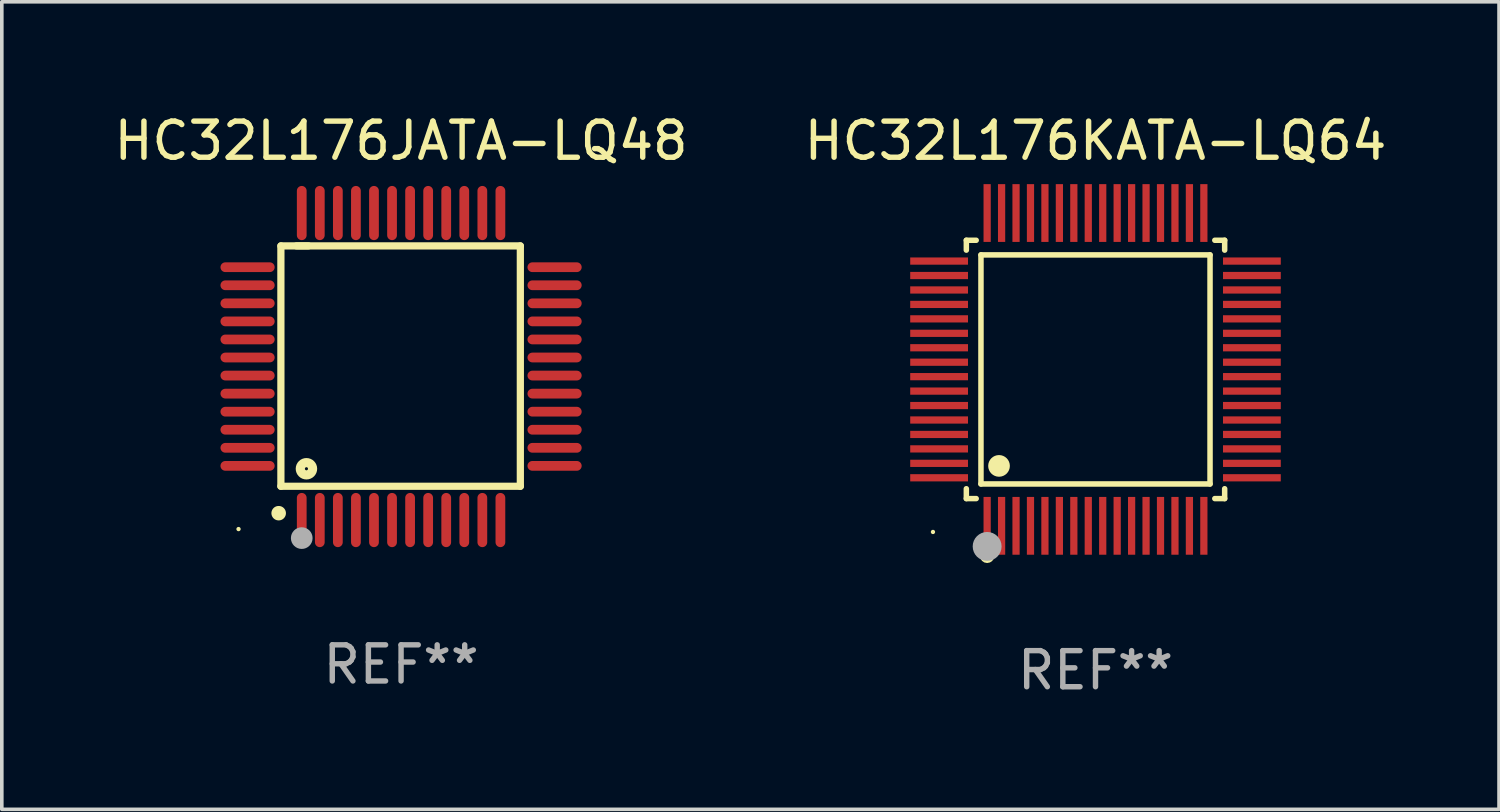
<source format=kicad_pcb>
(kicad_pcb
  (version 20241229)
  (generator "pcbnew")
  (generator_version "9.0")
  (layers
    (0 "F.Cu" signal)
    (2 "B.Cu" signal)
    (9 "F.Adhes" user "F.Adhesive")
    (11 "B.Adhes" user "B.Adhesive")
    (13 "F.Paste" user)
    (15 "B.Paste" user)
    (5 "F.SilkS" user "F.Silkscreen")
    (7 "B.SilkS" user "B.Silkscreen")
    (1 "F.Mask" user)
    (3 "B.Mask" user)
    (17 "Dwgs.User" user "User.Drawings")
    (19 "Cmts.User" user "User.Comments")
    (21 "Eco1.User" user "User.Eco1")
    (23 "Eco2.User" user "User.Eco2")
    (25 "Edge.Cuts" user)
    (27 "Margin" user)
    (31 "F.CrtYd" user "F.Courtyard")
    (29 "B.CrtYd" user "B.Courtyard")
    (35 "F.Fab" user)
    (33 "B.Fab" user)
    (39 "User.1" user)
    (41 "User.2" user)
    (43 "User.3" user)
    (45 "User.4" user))
  (footprint "HC32L176KATA-LQ64"
    (layer "F.Cu")
    (at 27.28 7.178)
    (property "Reference" "HC32L176KATA-LQ64" (at 0 -6.33 0) (layer "F.SilkS") (effects (font (size 1 1) (thickness 0.15))))
    (attr through_hole)
    (fp_line (start -3.576 -3.576) (end -3.303 -3.576) (stroke (width 0.152) (type solid)) (layer "F.SilkS"))
    (fp_line (start -3.576 -3.303) (end -3.576 -3.576) (stroke (width 0.152) (type solid)) (layer "F.SilkS"))
    (fp_line (start -3.576 3.303) (end -3.576 3.576) (stroke (width 0.152) (type solid)) (layer "F.SilkS"))
    (fp_line (start -3.576 3.576) (end -3.303 3.576) (stroke (width 0.152) (type solid)) (layer "F.SilkS"))
    (fp_line (start -3.171 -3.171) (end 3.171 -3.171) (stroke (width 0.152) (type solid)) (layer "F.SilkS"))
    (fp_line (start -3.171 3.171) (end -3.171 -3.171) (stroke (width 0.152) (type solid)) (layer "F.SilkS"))
    (fp_line (start 3.171 -3.171) (end 3.171 3.171) (stroke (width 0.152) (type solid)) (layer "F.SilkS"))
    (fp_line (start 3.171 3.171) (end -3.171 3.171) (stroke (width 0.152) (type solid)) (layer "F.SilkS"))
    (fp_line (start 3.576 -3.576) (end 3.303 -3.576) (stroke (width 0.152) (type solid)) (layer "F.SilkS"))
    (fp_line (start 3.576 -3.303) (end 3.576 -3.576) (stroke (width 0.152) (type solid)) (layer "F.SilkS"))
    (fp_line (start 3.576 3.303) (end 3.576 3.576) (stroke (width 0.152) (type solid)) (layer "F.SilkS"))
    (fp_line (start 3.576 3.576) (end 3.303 3.576) (stroke (width 0.152) (type solid)) (layer "F.SilkS"))
    (fp_circle (center -4.5 4.5) (end -4.47 4.5) (stroke (width 0.06) (type solid)) (fill no) (layer "F.SilkS"))
    (fp_circle (center -3 5.16) (end -2.9 5.16) (stroke (width 0.2) (type solid)) (fill no) (layer "F.SilkS"))
    (fp_circle (center -2.671 2.671) (end -2.521 2.671) (stroke (width 0.3) (type solid)) (fill no) (layer "F.SilkS"))
    (fp_circle (center -3 4.9) (end -2.8 4.9) (stroke (width 0.4) (type solid)) (fill no) (layer "F.Fab"))
    (fp_text user "REF**" (at 0 8.33 0) (layer "F.Fab") (effects (font (size 1 1) (thickness 0.15))))
    (pad "1" smd rect (at -3 4.33) (size 0.2 1.6) (layers "F.Cu" "F.Mask" "F.Paste"))
    (pad "2" smd rect (at -2.6 4.33) (size 0.2 1.6) (layers "F.Cu" "F.Mask" "F.Paste"))
    (pad "3" smd rect (at -2.2 4.33) (size 0.2 1.6) (layers "F.Cu" "F.Mask" "F.Paste"))
    (pad "4" smd rect (at -1.8 4.33) (size 0.2 1.6) (layers "F.Cu" "F.Mask" "F.Paste"))
    (pad "5" smd rect (at -1.4 4.33) (size 0.2 1.6) (layers "F.Cu" "F.Mask" "F.Paste"))
    (pad "6" smd rect (at -1 4.33) (size 0.2 1.6) (layers "F.Cu" "F.Mask" "F.Paste"))
    (pad "7" smd rect (at -0.6 4.33) (size 0.2 1.6) (layers "F.Cu" "F.Mask" "F.Paste"))
    (pad "8" smd rect (at -0.2 4.33) (size 0.2 1.6) (layers "F.Cu" "F.Mask" "F.Paste"))
    (pad "9" smd rect (at 0.2 4.33) (size 0.2 1.6) (layers "F.Cu" "F.Mask" "F.Paste"))
    (pad "10" smd rect (at 0.6 4.33) (size 0.2 1.6) (layers "F.Cu" "F.Mask" "F.Paste"))
    (pad "11" smd rect (at 1 4.33) (size 0.2 1.6) (layers "F.Cu" "F.Mask" "F.Paste"))
    (pad "12" smd rect (at 1.4 4.33) (size 0.2 1.6) (layers "F.Cu" "F.Mask" "F.Paste"))
    (pad "13" smd rect (at 1.8 4.33) (size 0.2 1.6) (layers "F.Cu" "F.Mask" "F.Paste"))
    (pad "14" smd rect (at 2.2 4.33) (size 0.2 1.6) (layers "F.Cu" "F.Mask" "F.Paste"))
    (pad "15" smd rect (at 2.6 4.33) (size 0.2 1.6) (layers "F.Cu" "F.Mask" "F.Paste"))
    (pad "16" smd rect (at 3 4.33) (size 0.2 1.6) (layers "F.Cu" "F.Mask" "F.Paste"))
    (pad "17" smd rect (at 4.33 3) (size 1.6 0.2) (layers "F.Cu" "F.Mask" "F.Paste"))
    (pad "18" smd rect (at 4.33 2.6) (size 1.6 0.2) (layers "F.Cu" "F.Mask" "F.Paste"))
    (pad "19" smd rect (at 4.33 2.2) (size 1.6 0.2) (layers "F.Cu" "F.Mask" "F.Paste"))
    (pad "20" smd rect (at 4.33 1.8) (size 1.6 0.2) (layers "F.Cu" "F.Mask" "F.Paste"))
    (pad "21" smd rect (at 4.33 1.4) (size 1.6 0.2) (layers "F.Cu" "F.Mask" "F.Paste"))
    (pad "22" smd rect (at 4.33 1) (size 1.6 0.2) (layers "F.Cu" "F.Mask" "F.Paste"))
    (pad "23" smd rect (at 4.33 0.6) (size 1.6 0.2) (layers "F.Cu" "F.Mask" "F.Paste"))
    (pad "24" smd rect (at 4.33 0.2) (size 1.6 0.2) (layers "F.Cu" "F.Mask" "F.Paste"))
    (pad "25" smd rect (at 4.33 -0.2) (size 1.6 0.2) (layers "F.Cu" "F.Mask" "F.Paste"))
    (pad "26" smd rect (at 4.33 -0.6) (size 1.6 0.2) (layers "F.Cu" "F.Mask" "F.Paste"))
    (pad "27" smd rect (at 4.33 -1) (size 1.6 0.2) (layers "F.Cu" "F.Mask" "F.Paste"))
    (pad "28" smd rect (at 4.33 -1.4) (size 1.6 0.2) (layers "F.Cu" "F.Mask" "F.Paste"))
    (pad "29" smd rect (at 4.33 -1.8) (size 1.6 0.2) (layers "F.Cu" "F.Mask" "F.Paste"))
    (pad "30" smd rect (at 4.33 -2.2) (size 1.6 0.2) (layers "F.Cu" "F.Mask" "F.Paste"))
    (pad "31" smd rect (at 4.33 -2.6) (size 1.6 0.2) (layers "F.Cu" "F.Mask" "F.Paste"))
    (pad "32" smd rect (at 4.33 -3) (size 1.6 0.2) (layers "F.Cu" "F.Mask" "F.Paste"))
    (pad "33" smd rect (at 3 -4.33) (size 0.2 1.6) (layers "F.Cu" "F.Mask" "F.Paste"))
    (pad "34" smd rect (at 2.6 -4.33) (size 0.2 1.6) (layers "F.Cu" "F.Mask" "F.Paste"))
    (pad "35" smd rect (at 2.2 -4.33) (size 0.2 1.6) (layers "F.Cu" "F.Mask" "F.Paste"))
    (pad "36" smd rect (at 1.8 -4.33) (size 0.2 1.6) (layers "F.Cu" "F.Mask" "F.Paste"))
    (pad "37" smd rect (at 1.4 -4.33) (size 0.2 1.6) (layers "F.Cu" "F.Mask" "F.Paste"))
    (pad "38" smd rect (at 1 -4.33) (size 0.2 1.6) (layers "F.Cu" "F.Mask" "F.Paste"))
    (pad "39" smd rect (at 0.6 -4.33) (size 0.2 1.6) (layers "F.Cu" "F.Mask" "F.Paste"))
    (pad "40" smd rect (at 0.2 -4.33) (size 0.2 1.6) (layers "F.Cu" "F.Mask" "F.Paste"))
    (pad "41" smd rect (at -0.2 -4.33) (size 0.2 1.6) (layers "F.Cu" "F.Mask" "F.Paste"))
    (pad "42" smd rect (at -0.6 -4.33) (size 0.2 1.6) (layers "F.Cu" "F.Mask" "F.Paste"))
    (pad "43" smd rect (at -1 -4.33) (size 0.2 1.6) (layers "F.Cu" "F.Mask" "F.Paste"))
    (pad "44" smd rect (at -1.4 -4.33) (size 0.2 1.6) (layers "F.Cu" "F.Mask" "F.Paste"))
    (pad "45" smd rect (at -1.8 -4.33) (size 0.2 1.6) (layers "F.Cu" "F.Mask" "F.Paste"))
    (pad "46" smd rect (at -2.2 -4.33) (size 0.2 1.6) (layers "F.Cu" "F.Mask" "F.Paste"))
    (pad "47" smd rect (at -2.6 -4.33) (size 0.2 1.6) (layers "F.Cu" "F.Mask" "F.Paste"))
    (pad "48" smd rect (at -3 -4.33) (size 0.2 1.6) (layers "F.Cu" "F.Mask" "F.Paste"))
    (pad "49" smd rect (at -4.33 -3) (size 1.6 0.2) (layers "F.Cu" "F.Mask" "F.Paste"))
    (pad "50" smd rect (at -4.33 -2.6) (size 1.6 0.2) (layers "F.Cu" "F.Mask" "F.Paste"))
    (pad "51" smd rect (at -4.33 -2.2) (size 1.6 0.2) (layers "F.Cu" "F.Mask" "F.Paste"))
    (pad "52" smd rect (at -4.33 -1.8) (size 1.6 0.2) (layers "F.Cu" "F.Mask" "F.Paste"))
    (pad "53" smd rect (at -4.33 -1.4) (size 1.6 0.2) (layers "F.Cu" "F.Mask" "F.Paste"))
    (pad "54" smd rect (at -4.33 -1) (size 1.6 0.2) (layers "F.Cu" "F.Mask" "F.Paste"))
    (pad "55" smd rect (at -4.33 -0.6) (size 1.6 0.2) (layers "F.Cu" "F.Mask" "F.Paste"))
    (pad "56" smd rect (at -4.33 -0.2) (size 1.6 0.2) (layers "F.Cu" "F.Mask" "F.Paste"))
    (pad "57" smd rect (at -4.33 0.2) (size 1.6 0.2) (layers "F.Cu" "F.Mask" "F.Paste"))
    (pad "58" smd rect (at -4.33 0.6) (size 1.6 0.2) (layers "F.Cu" "F.Mask" "F.Paste"))
    (pad "59" smd rect (at -4.33 1) (size 1.6 0.2) (layers "F.Cu" "F.Mask" "F.Paste"))
    (pad "60" smd rect (at -4.33 1.4) (size 1.6 0.2) (layers "F.Cu" "F.Mask" "F.Paste"))
    (pad "61" smd rect (at -4.33 1.8) (size 1.6 0.2) (layers "F.Cu" "F.Mask" "F.Paste"))
    (pad "62" smd rect (at -4.33 2.2) (size 1.6 0.2) (layers "F.Cu" "F.Mask" "F.Paste"))
    (pad "63" smd rect (at -4.33 2.6) (size 1.6 0.2) (layers "F.Cu" "F.Mask" "F.Paste"))
    (pad "64" smd rect (at -4.33 3) (size 1.6 0.2) (layers "F.Cu" "F.Mask" "F.Paste")))
  (footprint "HC32L176JATA-LQ48"
    (layer "F.Cu")
    (at 8.054 7.098)
    (property "Reference" "HC32L176JATA-LQ48" (at 0 -6.25 0) (layer "F.SilkS") (effects (font (size 1 1) (thickness 0.15))))
    (attr through_hole)
    (fp_line (start -3.327 -3.34) (end -2.565 -3.34) (stroke (width 0.2) (type solid)) (layer "F.SilkS"))
    (fp_line (start -3.327 3.315) (end -3.327 -3.34) (stroke (width 0.2) (type solid)) (layer "F.SilkS"))
    (fp_line (start -2.896 -3.34) (end 3.302 -3.34) (stroke (width 0.2) (type solid)) (layer "F.SilkS"))
    (fp_line (start 3.302 -3.34) (end 3.302 3.315) (stroke (width 0.2) (type solid)) (layer "F.SilkS"))
    (fp_line (start 3.302 3.315) (end -3.327 3.315) (stroke (width 0.2) (type solid)) (layer "F.SilkS"))
    (fp_arc (start -3.389992 4.059995) (mid -3.388722 4.059991) (end -3.387452 4.059995) (stroke (width 0.4) (type solid)) (layer "F.SilkS"))
    (fp_circle (center -4.5 4.5) (end -4.47 4.5) (stroke (width 0.06) (type solid)) (fill no) (layer "F.SilkS"))
    (fp_circle (center -2.62 2.83) (end -2.45 2.83) (stroke (width 0.254) (type solid)) (fill no) (layer "F.SilkS"))
    (fp_circle (center -2.75 4.75) (end -2.6 4.75) (stroke (width 0.3) (type solid)) (fill no) (layer "F.Fab"))
    (fp_text user "REF**" (at 0 8.25 0) (layer "F.Fab") (effects (font (size 1 1) (thickness 0.15))))
    (pad "1" smd oval (at -2.75 4.25) (size 0.27 1.5) (layers "F.Cu" "F.Mask" "F.Paste"))
    (pad "2" smd oval (at -2.25 4.25) (size 0.27 1.5) (layers "F.Cu" "F.Mask" "F.Paste"))
    (pad "3" smd oval (at -1.75 4.25) (size 0.27 1.5) (layers "F.Cu" "F.Mask" "F.Paste"))
    (pad "4" smd oval (at -1.25 4.25) (size 0.27 1.5) (layers "F.Cu" "F.Mask" "F.Paste"))
    (pad "5" smd oval (at -0.75 4.25) (size 0.27 1.5) (layers "F.Cu" "F.Mask" "F.Paste"))
    (pad "6" smd oval (at -0.25 4.25) (size 0.27 1.5) (layers "F.Cu" "F.Mask" "F.Paste"))
    (pad "7" smd oval (at 0.25 4.25) (size 0.27 1.5) (layers "F.Cu" "F.Mask" "F.Paste"))
    (pad "8" smd oval (at 0.75 4.25) (size 0.27 1.5) (layers "F.Cu" "F.Mask" "F.Paste"))
    (pad "9" smd oval (at 1.25 4.25) (size 0.27 1.5) (layers "F.Cu" "F.Mask" "F.Paste"))
    (pad "10" smd oval (at 1.75 4.25) (size 0.27 1.5) (layers "F.Cu" "F.Mask" "F.Paste"))
    (pad "11" smd oval (at 2.25 4.25) (size 0.27 1.5) (layers "F.Cu" "F.Mask" "F.Paste"))
    (pad "12" smd oval (at 2.75 4.25) (size 0.27 1.5) (layers "F.Cu" "F.Mask" "F.Paste"))
    (pad "13" smd oval (at 4.25 2.75) (size 1.5 0.27) (layers "F.Cu" "F.Mask" "F.Paste"))
    (pad "14" smd oval (at 4.25 2.25) (size 1.5 0.27) (layers "F.Cu" "F.Mask" "F.Paste"))
    (pad "15" smd oval (at 4.25 1.75) (size 1.5 0.27) (layers "F.Cu" "F.Mask" "F.Paste"))
    (pad "16" smd oval (at 4.25 1.25) (size 1.5 0.27) (layers "F.Cu" "F.Mask" "F.Paste"))
    (pad "17" smd oval (at 4.25 0.75) (size 1.5 0.27) (layers "F.Cu" "F.Mask" "F.Paste"))
    (pad "18" smd oval (at 4.25 0.25) (size 1.5 0.27) (layers "F.Cu" "F.Mask" "F.Paste"))
    (pad "19" smd oval (at 4.25 -0.25) (size 1.5 0.27) (layers "F.Cu" "F.Mask" "F.Paste"))
    (pad "20" smd oval (at 4.25 -0.75) (size 1.5 0.27) (layers "F.Cu" "F.Mask" "F.Paste"))
    (pad "21" smd oval (at 4.25 -1.25) (size 1.5 0.27) (layers "F.Cu" "F.Mask" "F.Paste"))
    (pad "22" smd oval (at 4.25 -1.75) (size 1.5 0.27) (layers "F.Cu" "F.Mask" "F.Paste"))
    (pad "23" smd oval (at 4.25 -2.25) (size 1.5 0.27) (layers "F.Cu" "F.Mask" "F.Paste"))
    (pad "24" smd oval (at 4.25 -2.75) (size 1.5 0.27) (layers "F.Cu" "F.Mask" "F.Paste"))
    (pad "25" smd oval (at 2.75 -4.25) (size 0.27 1.5) (layers "F.Cu" "F.Mask" "F.Paste"))
    (pad "26" smd oval (at 2.25 -4.25) (size 0.27 1.5) (layers "F.Cu" "F.Mask" "F.Paste"))
    (pad "27" smd oval (at 1.75 -4.25) (size 0.27 1.5) (layers "F.Cu" "F.Mask" "F.Paste"))
    (pad "28" smd oval (at 1.25 -4.25) (size 0.27 1.5) (layers "F.Cu" "F.Mask" "F.Paste"))
    (pad "29" smd oval (at 0.75 -4.25) (size 0.27 1.5) (layers "F.Cu" "F.Mask" "F.Paste"))
    (pad "30" smd oval (at 0.25 -4.25) (size 0.27 1.5) (layers "F.Cu" "F.Mask" "F.Paste"))
    (pad "31" smd oval (at -0.25 -4.25) (size 0.27 1.5) (layers "F.Cu" "F.Mask" "F.Paste"))
    (pad "32" smd oval (at -0.75 -4.25) (size 0.27 1.5) (layers "F.Cu" "F.Mask" "F.Paste"))
    (pad "33" smd oval (at -1.25 -4.25) (size 0.27 1.5) (layers "F.Cu" "F.Mask" "F.Paste"))
    (pad "34" smd oval (at -1.75 -4.25) (size 0.27 1.5) (layers "F.Cu" "F.Mask" "F.Paste"))
    (pad "35" smd oval (at -2.25 -4.25) (size 0.27 1.5) (layers "F.Cu" "F.Mask" "F.Paste"))
    (pad "36" smd oval (at -2.75 -4.25) (size 0.27 1.5) (layers "F.Cu" "F.Mask" "F.Paste"))
    (pad "37" smd oval (at -4.25 -2.75) (size 1.5 0.27) (layers "F.Cu" "F.Mask" "F.Paste"))
    (pad "38" smd oval (at -4.25 -2.25) (size 1.5 0.27) (layers "F.Cu" "F.Mask" "F.Paste"))
    (pad "39" smd oval (at -4.25 -1.75) (size 1.5 0.27) (layers "F.Cu" "F.Mask" "F.Paste"))
    (pad "40" smd oval (at -4.25 -1.25) (size 1.5 0.27) (layers "F.Cu" "F.Mask" "F.Paste"))
    (pad "41" smd oval (at -4.25 -0.75) (size 1.5 0.27) (layers "F.Cu" "F.Mask" "F.Paste"))
    (pad "42" smd oval (at -4.25 -0.25) (size 1.5 0.27) (layers "F.Cu" "F.Mask" "F.Paste"))
    (pad "43" smd oval (at -4.25 0.25) (size 1.5 0.27) (layers "F.Cu" "F.Mask" "F.Paste"))
    (pad "44" smd oval (at -4.25 0.75) (size 1.5 0.27) (layers "F.Cu" "F.Mask" "F.Paste"))
    (pad "45" smd oval (at -4.25 1.25) (size 1.5 0.27) (layers "F.Cu" "F.Mask" "F.Paste"))
    (pad "46" smd oval (at -4.25 1.75) (size 1.5 0.27) (layers "F.Cu" "F.Mask" "F.Paste"))
    (pad "47" smd oval (at -4.25 2.25) (size 1.5 0.27) (layers "F.Cu" "F.Mask" "F.Paste"))
    (pad "48" smd oval (at -4.25 2.75) (size 1.5 0.27) (layers "F.Cu" "F.Mask" "F.Paste")))
  (gr_rect
    (start -3 -3)
    (end 38.452 19.357)
    (stroke (width 0.1) (type default))
    (fill no)
    (layer "Edge.Cuts")))
</source>
